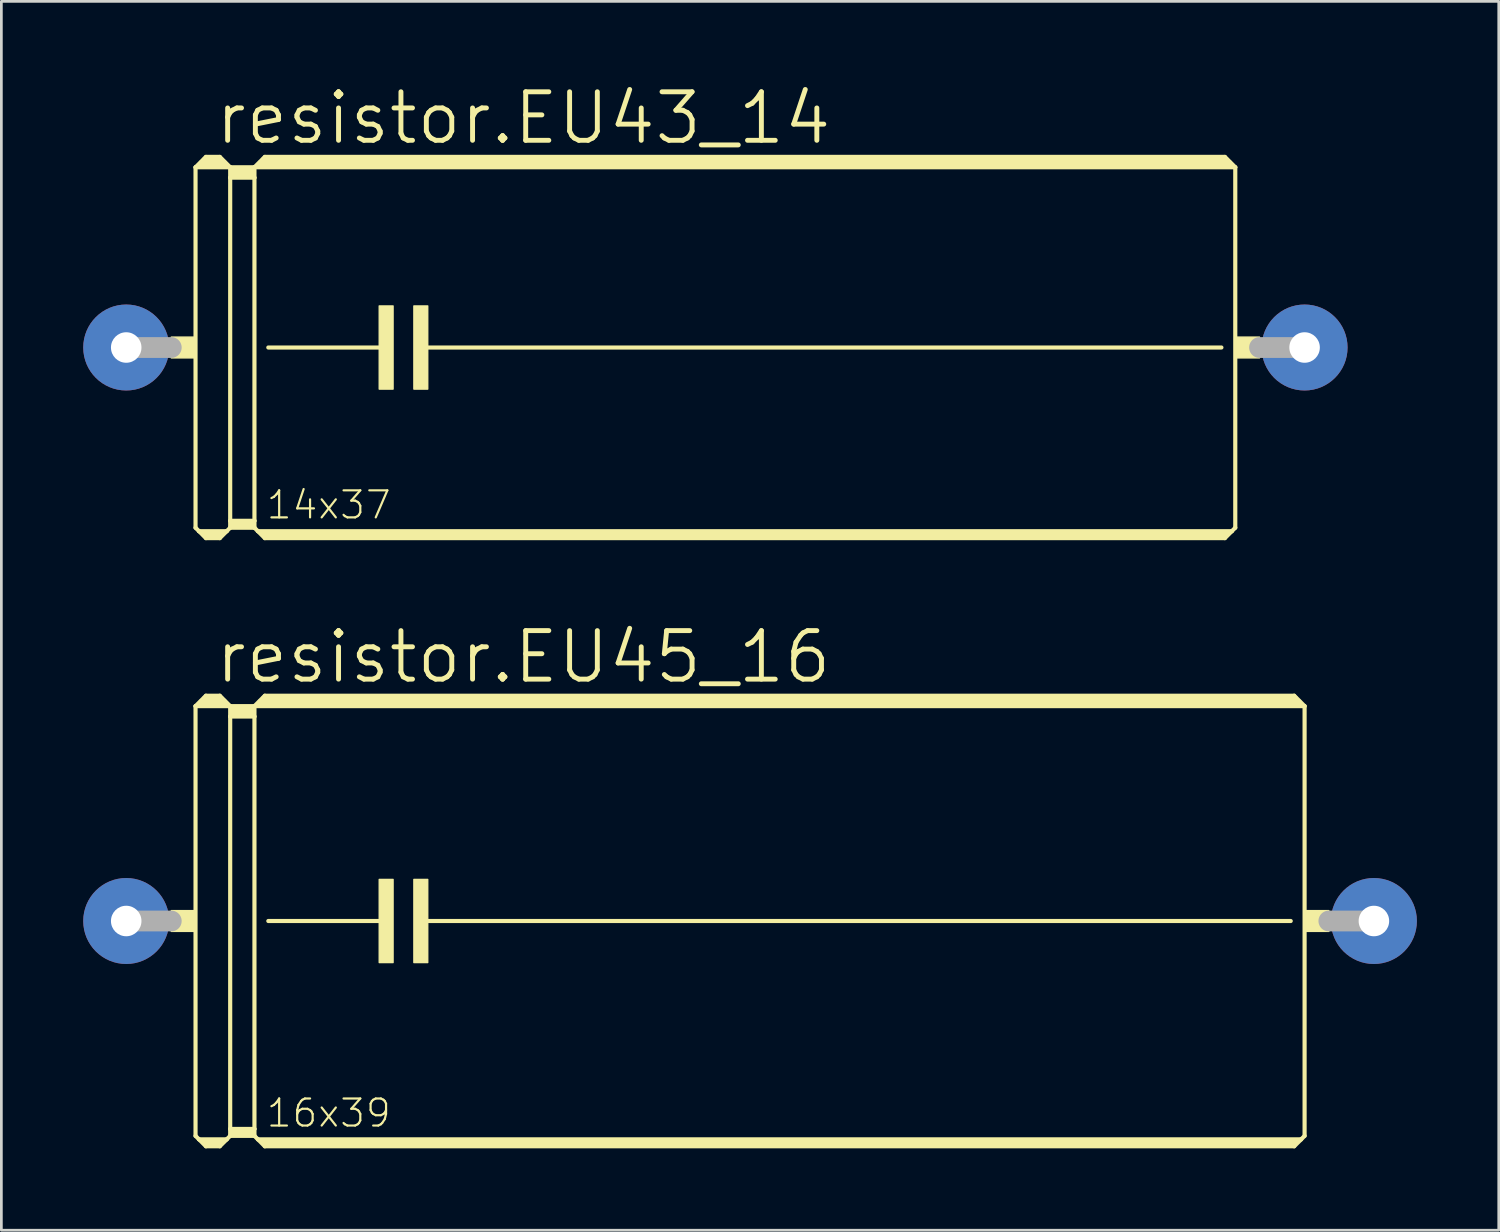
<source format=kicad_pcb>
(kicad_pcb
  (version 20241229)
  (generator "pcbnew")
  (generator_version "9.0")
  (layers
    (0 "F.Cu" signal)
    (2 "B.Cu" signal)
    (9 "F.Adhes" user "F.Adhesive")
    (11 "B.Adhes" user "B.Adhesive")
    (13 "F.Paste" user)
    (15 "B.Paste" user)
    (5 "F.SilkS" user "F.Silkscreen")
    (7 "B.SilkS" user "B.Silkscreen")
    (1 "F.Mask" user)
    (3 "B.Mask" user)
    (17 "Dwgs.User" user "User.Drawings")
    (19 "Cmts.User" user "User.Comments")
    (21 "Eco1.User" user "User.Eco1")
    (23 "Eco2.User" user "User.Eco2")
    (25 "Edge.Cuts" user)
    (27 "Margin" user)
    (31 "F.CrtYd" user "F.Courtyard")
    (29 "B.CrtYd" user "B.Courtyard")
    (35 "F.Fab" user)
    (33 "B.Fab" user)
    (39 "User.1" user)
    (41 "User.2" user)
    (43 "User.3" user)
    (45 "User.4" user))
  (footprint "resistor.EU45_16"
    (layer "F.Cu")
    (at 24.435 30.699)
    (property "Reference" "resistor.EU45_16" (at -19.685 -8.636 0) (layer "F.SilkS") (effects (font (size 1.778 1.778) (thickness 0.18)) (justify left bottom)))
    (attr through_hole)
    (fp_line (start -20.32 -7.874) (end -20.32 7.874) (stroke (width 0.152) (type default)) (layer "F.SilkS"))
    (fp_line (start -20.32 -7.874) (end -19.939 -8.255) (stroke (width 0.152) (type default)) (layer "F.SilkS"))
    (fp_line (start -20.32 -7.874) (end -19.05 -7.874) (stroke (width 0.152) (type default)) (layer "F.SilkS"))
    (fp_line (start -20.32 7.874) (end -20.193 8.001) (stroke (width 0.152) (type default)) (layer "F.SilkS"))
    (fp_line (start -20.193 8.001) (end -19.939 8.255) (stroke (width 0.152) (type default)) (layer "F.SilkS"))
    (fp_line (start -20.193 8.001) (end -19.177 8.001) (stroke (width 0.152) (type default)) (layer "F.SilkS"))
    (fp_line (start -20.066 -8.001) (end -19.304 -8.001) (stroke (width 0.305) (type default)) (layer "F.SilkS"))
    (fp_line (start -19.939 -8.255) (end -19.431 -8.255) (stroke (width 0.152) (type default)) (layer "F.SilkS"))
    (fp_line (start -19.939 -8.128) (end -19.431 -8.128) (stroke (width 0.305) (type default)) (layer "F.SilkS"))
    (fp_line (start -19.939 8.128) (end -19.431 8.128) (stroke (width 0.254) (type default)) (layer "F.SilkS"))
    (fp_line (start -19.939 8.255) (end -19.431 8.255) (stroke (width 0.152) (type default)) (layer "F.SilkS"))
    (fp_line (start -19.177 8.001) (end -19.431 8.255) (stroke (width 0.152) (type default)) (layer "F.SilkS"))
    (fp_line (start -19.05 -7.874) (end -19.431 -8.255) (stroke (width 0.152) (type default)) (layer "F.SilkS"))
    (fp_line (start -19.05 -7.874) (end -19.05 -7.493) (stroke (width 0.152) (type default)) (layer "F.SilkS"))
    (fp_line (start -19.05 -7.874) (end -18.161 -7.874) (stroke (width 0.152) (type default)) (layer "F.SilkS"))
    (fp_line (start -19.05 -7.493) (end -18.161 -7.493) (stroke (width 0.152) (type default)) (layer "F.SilkS"))
    (fp_line (start -19.05 7.62) (end -19.05 -7.493) (stroke (width 0.152) (type default)) (layer "F.SilkS"))
    (fp_line (start -19.05 7.62) (end -18.161 7.62) (stroke (width 0.152) (type default)) (layer "F.SilkS"))
    (fp_line (start -19.05 7.874) (end -19.177 8.001) (stroke (width 0.152) (type default)) (layer "F.SilkS"))
    (fp_line (start -19.05 7.874) (end -19.05 7.62) (stroke (width 0.152) (type default)) (layer "F.SilkS"))
    (fp_line (start -19.05 7.874) (end -18.161 7.874) (stroke (width 0.152) (type default)) (layer "F.SilkS"))
    (fp_line (start -18.923 -7.747) (end -18.288 -7.747) (stroke (width 0.305) (type default)) (layer "F.SilkS"))
    (fp_line (start -18.923 -7.62) (end -18.288 -7.62) (stroke (width 0.305) (type default)) (layer "F.SilkS"))
    (fp_line (start -18.923 7.747) (end -18.288 7.747) (stroke (width 0.254) (type default)) (layer "F.SilkS"))
    (fp_line (start -18.161 -7.874) (end -18.161 -7.493) (stroke (width 0.152) (type default)) (layer "F.SilkS"))
    (fp_line (start -18.161 -7.874) (end 20.32 -7.874) (stroke (width 0.152) (type default)) (layer "F.SilkS"))
    (fp_line (start -18.161 -7.493) (end -18.161 7.62) (stroke (width 0.152) (type default)) (layer "F.SilkS"))
    (fp_line (start -18.161 7.62) (end -18.161 7.874) (stroke (width 0.152) (type default)) (layer "F.SilkS"))
    (fp_line (start -18.034 8.001) (end -18.161 7.874) (stroke (width 0.152) (type default)) (layer "F.SilkS"))
    (fp_line (start -18.034 8.001) (end 20.193 8.001) (stroke (width 0.152) (type default)) (layer "F.SilkS"))
    (fp_line (start -17.907 -8.001) (end 20.066 -8.001) (stroke (width 0.305) (type default)) (layer "F.SilkS"))
    (fp_line (start -17.78 -8.255) (end -18.161 -7.874) (stroke (width 0.152) (type default)) (layer "F.SilkS"))
    (fp_line (start -17.78 -8.255) (end 19.939 -8.255) (stroke (width 0.152) (type default)) (layer "F.SilkS"))
    (fp_line (start -17.78 -8.128) (end 19.939 -8.128) (stroke (width 0.305) (type default)) (layer "F.SilkS"))
    (fp_line (start -17.78 8.128) (end 19.939 8.128) (stroke (width 0.254) (type default)) (layer "F.SilkS"))
    (fp_line (start -17.78 8.255) (end -18.034 8.001) (stroke (width 0.152) (type default)) (layer "F.SilkS"))
    (fp_line (start -17.78 8.255) (end 19.939 8.255) (stroke (width 0.152) (type default)) (layer "F.SilkS"))
    (fp_line (start -17.653 0) (end -13.335 0) (stroke (width 0.152) (type default)) (layer "F.SilkS"))
    (fp_line (start -11.938 0) (end 19.812 0) (stroke (width 0.152) (type default)) (layer "F.SilkS"))
    (fp_line (start 19.939 -8.255) (end 20.32 -7.874) (stroke (width 0.152) (type default)) (layer "F.SilkS"))
    (fp_line (start 19.939 8.255) (end 20.193 8.001) (stroke (width 0.152) (type default)) (layer "F.SilkS"))
    (fp_line (start 20.193 8.001) (end 20.32 7.874) (stroke (width 0.152) (type default)) (layer "F.SilkS"))
    (fp_line (start 20.32 -7.874) (end 20.32 7.874) (stroke (width 0.152) (type default)) (layer "F.SilkS"))
    (fp_rect (start -21.209 0.381) (end -20.32 -0.381) (stroke (width 0.05) (type default)) (fill yes) (layer "F.SilkS"))
    (fp_rect (start -13.589 1.524) (end -13.081 -1.524) (stroke (width 0.05) (type default)) (fill yes) (layer "F.SilkS"))
    (fp_rect (start -12.319 1.524) (end -11.811 -1.524) (stroke (width 0.05) (type default)) (fill yes) (layer "F.SilkS"))
    (fp_rect (start 20.32 0.381) (end 21.209 -0.381) (stroke (width 0.05) (type default)) (fill yes) (layer "F.SilkS"))
    (fp_line (start -22.86 0) (end -21.209 0) (stroke (width 0.762) (type default)) (layer "F.Fab"))
    (fp_line (start 22.86 0) (end 21.209 0) (stroke (width 0.762) (type default)) (layer "F.Fab"))
    (fp_text user "16x39" (at -17.78 7.62 0) (layer "F.SilkS") (effects (font (size 0.991 0.991) (thickness 0.08)) (justify left bottom)))
    (pad "1" thru_hole circle (at -22.86 0) (size 3.15 3.15) (drill 1.118) (layers "*.Cu" "*.Mask"))
    (pad "2" thru_hole circle (at 22.86 0) (size 3.15 3.15) (drill 1.118) (layers "*.Cu" "*.Mask")))
  (footprint "resistor.EU43_14"
    (layer "F.Cu")
    (at 23.165 9.684)
    (property "Reference" "resistor.EU43_14" (at -18.415 -7.366 0) (layer "F.SilkS") (effects (font (size 1.778 1.778) (thickness 0.18)) (justify left bottom)))
    (attr through_hole)
    (fp_line (start -19.05 -6.604) (end -19.05 6.604) (stroke (width 0.152) (type default)) (layer "F.SilkS"))
    (fp_line (start -19.05 -6.604) (end -18.669 -6.985) (stroke (width 0.152) (type default)) (layer "F.SilkS"))
    (fp_line (start -19.05 -6.604) (end -17.78 -6.604) (stroke (width 0.152) (type default)) (layer "F.SilkS"))
    (fp_line (start -19.05 6.604) (end -18.923 6.731) (stroke (width 0.152) (type default)) (layer "F.SilkS"))
    (fp_line (start -18.923 6.731) (end -18.669 6.985) (stroke (width 0.152) (type default)) (layer "F.SilkS"))
    (fp_line (start -18.923 6.731) (end -17.907 6.731) (stroke (width 0.152) (type default)) (layer "F.SilkS"))
    (fp_line (start -18.796 -6.731) (end -18.034 -6.731) (stroke (width 0.305) (type default)) (layer "F.SilkS"))
    (fp_line (start -18.669 -6.985) (end -18.161 -6.985) (stroke (width 0.152) (type default)) (layer "F.SilkS"))
    (fp_line (start -18.669 -6.858) (end -18.161 -6.858) (stroke (width 0.305) (type default)) (layer "F.SilkS"))
    (fp_line (start -18.669 6.858) (end -18.161 6.858) (stroke (width 0.254) (type default)) (layer "F.SilkS"))
    (fp_line (start -18.669 6.985) (end -18.161 6.985) (stroke (width 0.152) (type default)) (layer "F.SilkS"))
    (fp_line (start -17.907 6.731) (end -18.161 6.985) (stroke (width 0.152) (type default)) (layer "F.SilkS"))
    (fp_line (start -17.78 -6.604) (end -18.161 -6.985) (stroke (width 0.152) (type default)) (layer "F.SilkS"))
    (fp_line (start -17.78 -6.604) (end -17.78 -6.223) (stroke (width 0.152) (type default)) (layer "F.SilkS"))
    (fp_line (start -17.78 -6.604) (end -16.891 -6.604) (stroke (width 0.152) (type default)) (layer "F.SilkS"))
    (fp_line (start -17.78 -6.223) (end -16.891 -6.223) (stroke (width 0.152) (type default)) (layer "F.SilkS"))
    (fp_line (start -17.78 6.35) (end -17.78 -6.223) (stroke (width 0.152) (type default)) (layer "F.SilkS"))
    (fp_line (start -17.78 6.35) (end -16.891 6.35) (stroke (width 0.152) (type default)) (layer "F.SilkS"))
    (fp_line (start -17.78 6.604) (end -17.907 6.731) (stroke (width 0.152) (type default)) (layer "F.SilkS"))
    (fp_line (start -17.78 6.604) (end -17.78 6.35) (stroke (width 0.152) (type default)) (layer "F.SilkS"))
    (fp_line (start -17.78 6.604) (end -16.891 6.604) (stroke (width 0.152) (type default)) (layer "F.SilkS"))
    (fp_line (start -17.653 -6.477) (end -17.018 -6.477) (stroke (width 0.305) (type default)) (layer "F.SilkS"))
    (fp_line (start -17.653 -6.35) (end -17.018 -6.35) (stroke (width 0.305) (type default)) (layer "F.SilkS"))
    (fp_line (start -17.653 6.477) (end -17.018 6.477) (stroke (width 0.254) (type default)) (layer "F.SilkS"))
    (fp_line (start -16.891 -6.604) (end -16.891 -6.223) (stroke (width 0.152) (type default)) (layer "F.SilkS"))
    (fp_line (start -16.891 -6.604) (end 19.05 -6.604) (stroke (width 0.152) (type default)) (layer "F.SilkS"))
    (fp_line (start -16.891 -6.223) (end -16.891 6.35) (stroke (width 0.152) (type default)) (layer "F.SilkS"))
    (fp_line (start -16.891 6.35) (end -16.891 6.604) (stroke (width 0.152) (type default)) (layer "F.SilkS"))
    (fp_line (start -16.764 6.731) (end -16.891 6.604) (stroke (width 0.152) (type default)) (layer "F.SilkS"))
    (fp_line (start -16.764 6.731) (end 18.923 6.731) (stroke (width 0.152) (type default)) (layer "F.SilkS"))
    (fp_line (start -16.637 -6.731) (end 18.796 -6.731) (stroke (width 0.305) (type default)) (layer "F.SilkS"))
    (fp_line (start -16.51 -6.985) (end -16.891 -6.604) (stroke (width 0.152) (type default)) (layer "F.SilkS"))
    (fp_line (start -16.51 -6.985) (end 18.669 -6.985) (stroke (width 0.152) (type default)) (layer "F.SilkS"))
    (fp_line (start -16.51 -6.858) (end 18.669 -6.858) (stroke (width 0.305) (type default)) (layer "F.SilkS"))
    (fp_line (start -16.51 6.858) (end 18.669 6.858) (stroke (width 0.254) (type default)) (layer "F.SilkS"))
    (fp_line (start -16.51 6.985) (end -16.764 6.731) (stroke (width 0.152) (type default)) (layer "F.SilkS"))
    (fp_line (start -16.51 6.985) (end 18.669 6.985) (stroke (width 0.152) (type default)) (layer "F.SilkS"))
    (fp_line (start -16.383 0) (end -12.065 0) (stroke (width 0.152) (type default)) (layer "F.SilkS"))
    (fp_line (start -10.668 0) (end 18.542 0) (stroke (width 0.152) (type default)) (layer "F.SilkS"))
    (fp_line (start 18.669 -6.985) (end 19.05 -6.604) (stroke (width 0.152) (type default)) (layer "F.SilkS"))
    (fp_line (start 18.669 6.985) (end 18.923 6.731) (stroke (width 0.152) (type default)) (layer "F.SilkS"))
    (fp_line (start 18.923 6.731) (end 19.05 6.604) (stroke (width 0.152) (type default)) (layer "F.SilkS"))
    (fp_line (start 19.05 -6.604) (end 19.05 6.604) (stroke (width 0.152) (type default)) (layer "F.SilkS"))
    (fp_rect (start -19.939 0.381) (end -19.05 -0.381) (stroke (width 0.05) (type default)) (fill yes) (layer "F.SilkS"))
    (fp_rect (start -12.319 1.524) (end -11.811 -1.524) (stroke (width 0.05) (type default)) (fill yes) (layer "F.SilkS"))
    (fp_rect (start -11.049 1.524) (end -10.541 -1.524) (stroke (width 0.05) (type default)) (fill yes) (layer "F.SilkS"))
    (fp_rect (start 19.05 0.381) (end 19.939 -0.381) (stroke (width 0.05) (type default)) (fill yes) (layer "F.SilkS"))
    (fp_line (start -21.59 0) (end -19.939 0) (stroke (width 0.762) (type default)) (layer "F.Fab"))
    (fp_line (start 21.59 0) (end 19.939 0) (stroke (width 0.762) (type default)) (layer "F.Fab"))
    (fp_text user "14x37" (at -16.51 6.35 0) (layer "F.SilkS") (effects (font (size 0.991 0.991) (thickness 0.08)) (justify left bottom)))
    (pad "1" thru_hole circle (at -21.59 0) (size 3.15 3.15) (drill 1.118) (layers "*.Cu" "*.Mask"))
    (pad "2" thru_hole circle (at 21.59 0) (size 3.15 3.15) (drill 1.118) (layers "*.Cu" "*.Mask")))
  (gr_rect
    (start -3 -3)
    (end 51.87 42.03)
    (stroke (width 0.1) (type default))
    (fill no)
    (layer "Edge.Cuts")))
</source>
